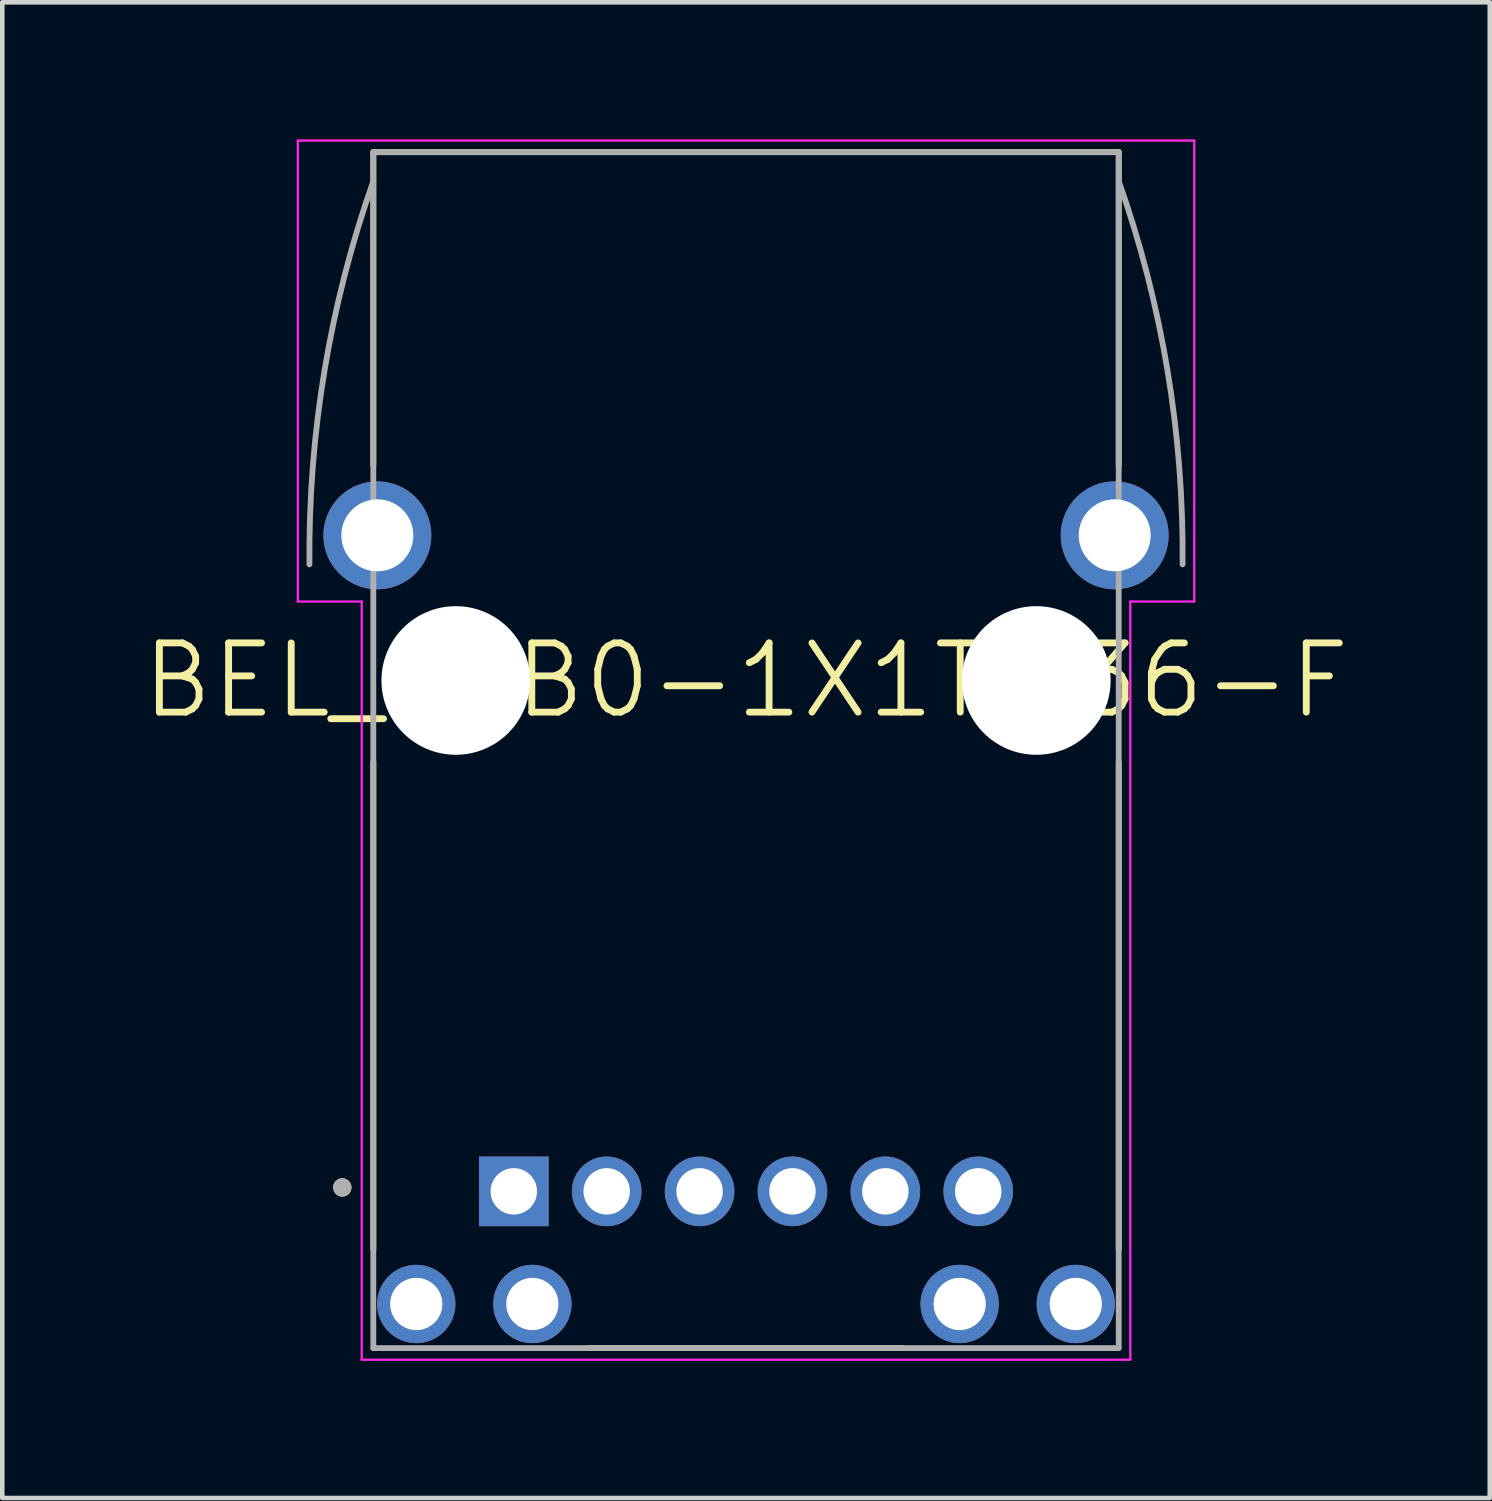
<source format=kicad_pcb>
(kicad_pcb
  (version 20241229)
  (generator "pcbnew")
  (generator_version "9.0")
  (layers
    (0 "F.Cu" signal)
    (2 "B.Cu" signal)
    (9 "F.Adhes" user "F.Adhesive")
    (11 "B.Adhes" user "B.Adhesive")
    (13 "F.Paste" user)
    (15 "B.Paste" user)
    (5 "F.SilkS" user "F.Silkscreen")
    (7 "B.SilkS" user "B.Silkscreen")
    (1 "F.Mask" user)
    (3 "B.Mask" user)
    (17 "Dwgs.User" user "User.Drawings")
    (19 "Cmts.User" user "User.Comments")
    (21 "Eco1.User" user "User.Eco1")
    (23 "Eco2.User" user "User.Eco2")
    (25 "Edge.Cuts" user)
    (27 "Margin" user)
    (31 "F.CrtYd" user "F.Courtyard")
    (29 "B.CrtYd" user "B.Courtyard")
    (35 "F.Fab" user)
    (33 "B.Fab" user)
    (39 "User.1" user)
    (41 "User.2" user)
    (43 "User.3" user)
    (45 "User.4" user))
  (footprint "BEL_08B0-1X1T-36-F"
    (layer "F.Cu")
    (at 13.27 11.836)
    (property "Reference" "BEL_08B0-1X1T-36-F" (at 0 0 0) (layer "F.SilkS") (effects (font (size 1.514 1.514) (thickness 0.15))))
    (attr through_hole)
    (fp_line (start -8.153 -4.699) (end -8.153 -11.557) (stroke (width 0.127) (type solid)) (layer "F.SilkS"))
    (fp_line (start -8.153 12.446) (end -8.153 1.778) (stroke (width 0.127) (type solid)) (layer "F.SilkS"))
    (fp_line (start -3.429 14.605) (end 3.429 14.605) (stroke (width 0.127) (type solid)) (layer "F.SilkS"))
    (fp_line (start 8.153 -11.557) (end -8.153 -11.557) (stroke (width 0.127) (type solid)) (layer "F.SilkS"))
    (fp_line (start 8.153 -4.699) (end 8.153 -11.557) (stroke (width 0.127) (type solid)) (layer "F.SilkS"))
    (fp_line (start 8.153 12.446) (end 8.153 1.778) (stroke (width 0.127) (type solid)) (layer "F.SilkS"))
    (fp_circle (center -8.832 11.091) (end -8.732 11.091) (stroke (width 0.2) (type solid)) (fill no) (layer "F.SilkS"))
    (fp_line (start -9.805 -11.811) (end -9.805 -1.727) (stroke (width 0.05) (type solid)) (layer "F.CrtYd"))
    (fp_line (start -9.805 -1.727) (end -8.407 -1.727) (stroke (width 0.05) (type solid)) (layer "F.CrtYd"))
    (fp_line (start -8.407 -1.727) (end -8.407 14.859) (stroke (width 0.05) (type solid)) (layer "F.CrtYd"))
    (fp_line (start -8.407 14.859) (end 8.407 14.859) (stroke (width 0.05) (type solid)) (layer "F.CrtYd"))
    (fp_line (start 8.407 14.859) (end 8.407 -1.727) (stroke (width 0.05) (type solid)) (layer "F.CrtYd"))
    (fp_line (start 9.805 -11.811) (end -9.805 -11.811) (stroke (width 0.05) (type solid)) (layer "F.CrtYd"))
    (fp_line (start 9.805 -11.811) (end 9.805 -1.727) (stroke (width 0.05) (type solid)) (layer "F.CrtYd"))
    (fp_line (start 9.805 -1.727) (end 8.407 -1.727) (stroke (width 0.05) (type solid)) (layer "F.CrtYd"))
    (fp_line (start -8.153 -11.557) (end -8.153 14.605) (stroke (width 0.127) (type solid)) (layer "F.Fab"))
    (fp_line (start -8.153 14.605) (end 8.153 14.605) (stroke (width 0.127) (type solid)) (layer "F.Fab"))
    (fp_line (start 8.153 -11.557) (end -8.153 -11.557) (stroke (width 0.127) (type solid)) (layer "F.Fab"))
    (fp_line (start 8.153 14.605) (end 8.153 -11.557) (stroke (width 0.127) (type solid)) (layer "F.Fab"))
    (fp_arc (start -9.5504 -2.54) (mid -9.218565 -6.792111) (end -8.1534 -10.922) (stroke (width 0.127) (type solid)) (layer "F.Fab"))
    (fp_arc (start 8.1534 -10.922) (mid 9.218565 -6.792111) (end 9.5504 -2.54) (stroke (width 0.127) (type solid)) (layer "F.Fab"))
    (fp_circle (center -8.832 11.091) (end -8.732 11.091) (stroke (width 0.2) (type solid)) (fill no) (layer "F.Fab"))
    (pad "" np_thru_hole circle (at -6.35 0) (size 3.251 3.251) (drill 3.251) (layers "*.Cu" "*.Mask"))
    (pad "" np_thru_hole circle (at 6.35 0) (size 3.251 3.251) (drill 3.251) (layers "*.Cu" "*.Mask"))
    (pad "1" thru_hole rect (at -5.08 11.176) (size 1.524 1.524) (drill 1.016) (layers "*.Cu" "*.Mask"))
    (pad "2" thru_hole circle (at -3.048 11.176) (size 1.524 1.524) (drill 1.016) (layers "*.Cu" "*.Mask"))
    (pad "3" thru_hole circle (at -1.016 11.176) (size 1.524 1.524) (drill 1.016) (layers "*.Cu" "*.Mask"))
    (pad "4" thru_hole circle (at 1.016 11.176) (size 1.524 1.524) (drill 1.016) (layers "*.Cu" "*.Mask"))
    (pad "5" thru_hole circle (at 3.048 11.176) (size 1.524 1.524) (drill 1.016) (layers "*.Cu" "*.Mask"))
    (pad "6" thru_hole circle (at 5.08 11.176) (size 1.524 1.524) (drill 1.016) (layers "*.Cu" "*.Mask"))
    (pad "7" thru_hole circle (at -7.214 13.64) (size 1.714 1.714) (drill 1.143) (layers "*.Cu" "*.Mask"))
    (pad "8" thru_hole circle (at -4.674 13.64) (size 1.714 1.714) (drill 1.143) (layers "*.Cu" "*.Mask"))
    (pad "9" thru_hole circle (at 4.674 13.64) (size 1.714 1.714) (drill 1.143) (layers "*.Cu" "*.Mask"))
    (pad "10" thru_hole circle (at 7.214 13.64) (size 1.714 1.714) (drill 1.143) (layers "*.Cu" "*.Mask"))
    (pad "S1" thru_hole circle (at -8.065 -3.175) (size 2.362 2.362) (drill 1.575) (layers "*.Cu" "*.Mask"))
    (pad "S2" thru_hole circle (at 8.065 -3.175) (size 2.362 2.362) (drill 1.575) (layers "*.Cu" "*.Mask"))
    (zone (net_name "") (layer "F.Cu") (hatch full 0.508) (connect_pads) (min_thickness 0.01) (filled_areas_thickness no) (keepout (tracks not_allowed) (vias not_allowed) (pads not_allowed) (copperpour not_allowed) (footprints allowed)) (placement (enabled no)) (fill) (polygon (pts (xy 4.253 0.914) (xy 22.287 0.914) (xy 22.287 5.486) (xy 4.253 5.486))))
    (zone (net_name "") (layer "F.Cu") (hatch full 0.508) (connect_pads) (min_thickness 0.01) (filled_areas_thickness no) (keepout (tracks not_allowed) (vias not_allowed) (pads not_allowed) (copperpour not_allowed) (footprints allowed)) (placement (enabled no)) (fill) (polygon (pts (xy 4.253 18.336) (xy 7.809 18.336) (xy 7.809 22.019) (xy 4.253 22.019))))
    (zone (net_name "") (layer "F.Cu") (hatch full 0.508) (connect_pads) (min_thickness 0.01) (filled_areas_thickness no) (keepout (tracks not_allowed) (vias not_allowed) (pads not_allowed) (copperpour not_allowed) (footprints allowed)) (placement (enabled no)) (fill) (polygon (pts (xy 18.714 18.336) (xy 22.27 18.336) (xy 22.27 22.019) (xy 18.714 22.019))))
    (zone (net_name "") (layers "F.Cu" "B.Cu") (hatch full 0.508) (connect_pads) (min_thickness 0.01) (filled_areas_thickness no) (keepout (tracks allowed) (vias not_allowed) (pads allowed) (copperpour allowed) (footprints allowed)) (placement (enabled no)) (fill) (polygon (pts (xy 4.253 0.914) (xy 22.287 0.914) (xy 22.287 5.486) (xy 4.253 5.486))))
    (zone (net_name "") (layers "F.Cu" "B.Cu") (hatch full 0.508) (connect_pads) (min_thickness 0.01) (filled_areas_thickness no) (keepout (tracks allowed) (vias not_allowed) (pads allowed) (copperpour allowed) (footprints allowed)) (placement (enabled no)) (fill) (polygon (pts (xy 4.253 18.336) (xy 7.809 18.336) (xy 7.809 22.019) (xy 4.253 22.019))))
    (zone (net_name "") (layers "F.Cu" "B.Cu") (hatch full 0.508) (connect_pads) (min_thickness 0.01) (filled_areas_thickness no) (keepout (tracks allowed) (vias not_allowed) (pads allowed) (copperpour allowed) (footprints allowed)) (placement (enabled no)) (fill) (polygon (pts (xy 18.714 18.336) (xy 22.27 18.336) (xy 22.27 22.019) (xy 18.714 22.019)))))
  (gr_rect
    (start -3 -3)
    (end 29.54 29.72)
    (stroke (width 0.1) (type default))
    (fill no)
    (layer "Edge.Cuts")))
</source>
